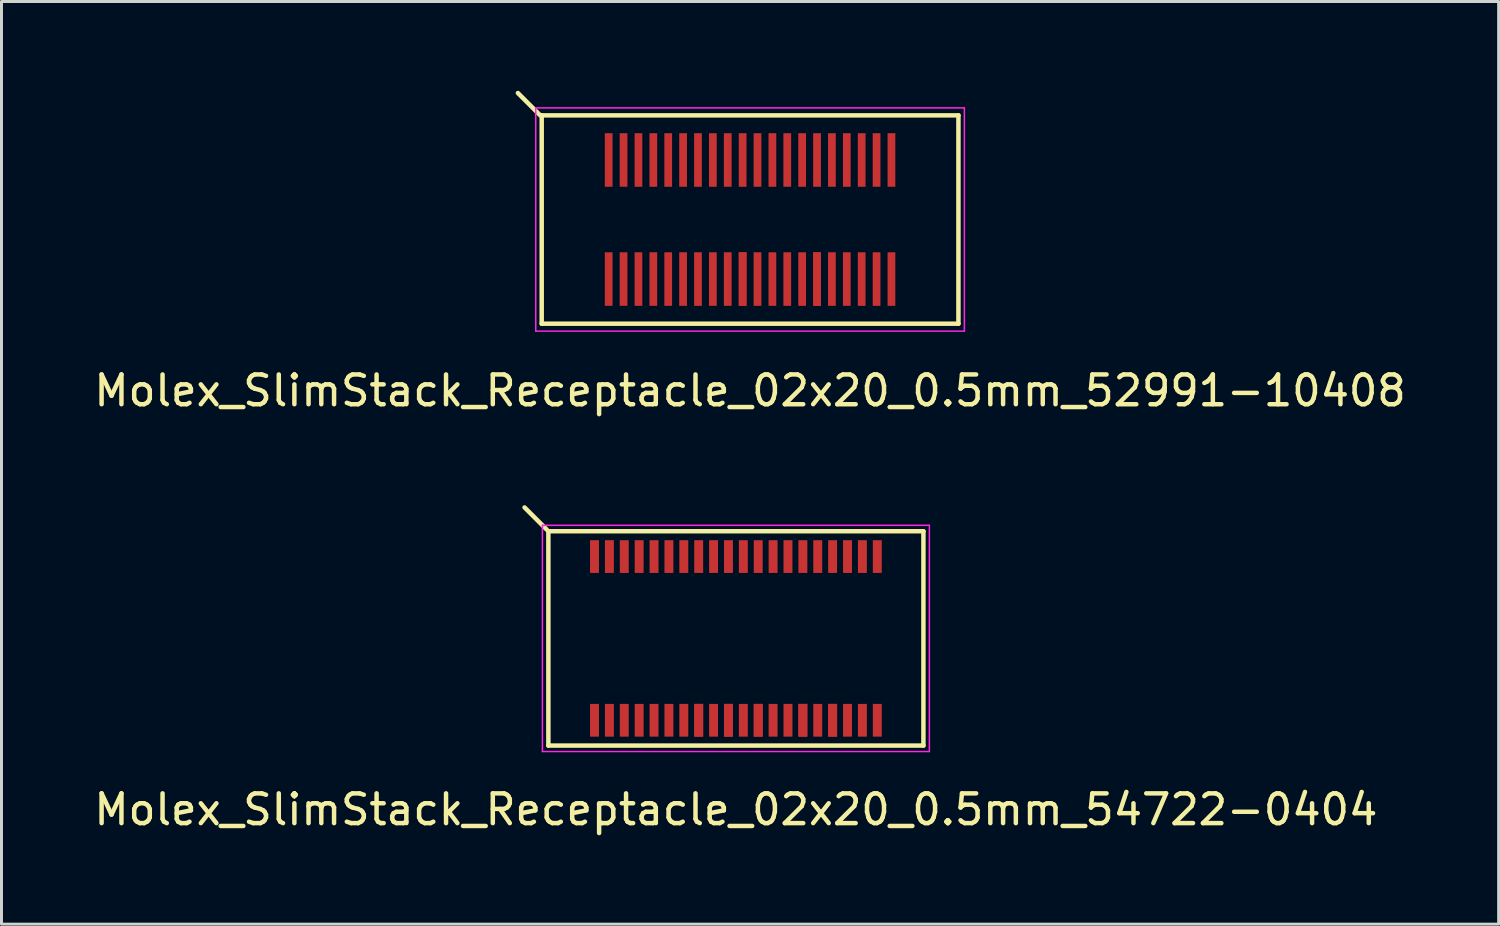
<source format=kicad_pcb>
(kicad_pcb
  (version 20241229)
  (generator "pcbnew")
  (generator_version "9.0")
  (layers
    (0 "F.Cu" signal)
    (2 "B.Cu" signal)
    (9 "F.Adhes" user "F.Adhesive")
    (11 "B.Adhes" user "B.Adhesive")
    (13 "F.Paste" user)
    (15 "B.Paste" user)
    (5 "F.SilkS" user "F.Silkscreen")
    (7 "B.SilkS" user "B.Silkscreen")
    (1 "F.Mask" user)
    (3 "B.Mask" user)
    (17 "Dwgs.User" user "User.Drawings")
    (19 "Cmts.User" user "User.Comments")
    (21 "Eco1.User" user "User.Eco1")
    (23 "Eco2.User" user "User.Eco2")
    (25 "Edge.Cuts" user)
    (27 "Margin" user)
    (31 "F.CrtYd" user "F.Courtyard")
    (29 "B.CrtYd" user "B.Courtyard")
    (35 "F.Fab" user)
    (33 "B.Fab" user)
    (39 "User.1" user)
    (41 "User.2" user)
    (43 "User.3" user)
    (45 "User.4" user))
  (footprint "Molex_SlimStack_Receptacle_02x20_0.5mm_52991-10408"
    (layer "F.Cu")
    (at 22.149 4.325)
    (property "Reference" "Molex_SlimStack_Receptacle_02x20_0.5mm_52991-10408" (at 0 5.75 0) (layer "F.SilkS") (effects (font (size 1 1) (thickness 0.15))))
    (attr smd)
    (fp_line (start -7.05 -3.5) (end -7.8 -4.25) (stroke (width 0.15) (type solid)) (layer "F.SilkS"))
    (fp_line (start -7 -3.5) (end -7 3.5) (stroke (width 0.15) (type solid)) (layer "F.SilkS"))
    (fp_line (start -7 3.5) (end 7 3.5) (stroke (width 0.15) (type solid)) (layer "F.SilkS"))
    (fp_line (start 7 -3.5) (end -7 -3.5) (stroke (width 0.15) (type solid)) (layer "F.SilkS"))
    (fp_line (start 7 3.5) (end 7 -3.5) (stroke (width 0.15) (type solid)) (layer "F.SilkS"))
    (fp_line (start -7.2 -3.75) (end -7.2 3.75) (stroke (width 0.05) (type solid)) (layer "F.CrtYd"))
    (fp_line (start -7.2 3.75) (end 7.2 3.75) (stroke (width 0.05) (type solid)) (layer "F.CrtYd"))
    (fp_line (start 7.2 -3.75) (end -7.2 -3.75) (stroke (width 0.05) (type solid)) (layer "F.CrtYd"))
    (fp_line (start 7.2 3.75) (end 7.2 -3.75) (stroke (width 0.05) (type solid)) (layer "F.CrtYd"))
    (pad "1" smd rect (at -4.75 -2) (size 0.26 1.8) (layers "F.Cu" "F.Mask" "F.Paste"))
    (pad "2" smd rect (at -4.75 2) (size 0.26 1.8) (layers "F.Cu" "F.Mask" "F.Paste"))
    (pad "3" smd rect (at -4.25 -2) (size 0.26 1.8) (layers "F.Cu" "F.Mask" "F.Paste"))
    (pad "4" smd rect (at -4.25 2) (size 0.26 1.8) (layers "F.Cu" "F.Mask" "F.Paste"))
    (pad "5" smd rect (at -3.75 -2) (size 0.26 1.8) (layers "F.Cu" "F.Mask" "F.Paste"))
    (pad "6" smd rect (at -3.75 2) (size 0.26 1.8) (layers "F.Cu" "F.Mask" "F.Paste"))
    (pad "7" smd rect (at -3.25 -2) (size 0.26 1.8) (layers "F.Cu" "F.Mask" "F.Paste"))
    (pad "8" smd rect (at -3.25 2) (size 0.26 1.8) (layers "F.Cu" "F.Mask" "F.Paste"))
    (pad "9" smd rect (at -2.75 -2) (size 0.26 1.8) (layers "F.Cu" "F.Mask" "F.Paste"))
    (pad "10" smd rect (at -2.75 2) (size 0.26 1.8) (layers "F.Cu" "F.Mask" "F.Paste"))
    (pad "11" smd rect (at -2.25 -2) (size 0.26 1.8) (layers "F.Cu" "F.Mask" "F.Paste"))
    (pad "12" smd rect (at -2.25 2) (size 0.26 1.8) (layers "F.Cu" "F.Mask" "F.Paste"))
    (pad "13" smd rect (at -1.75 -2) (size 0.26 1.8) (layers "F.Cu" "F.Mask" "F.Paste"))
    (pad "14" smd rect (at -1.75 2) (size 0.26 1.8) (layers "F.Cu" "F.Mask" "F.Paste"))
    (pad "15" smd rect (at -1.25 -2) (size 0.26 1.8) (layers "F.Cu" "F.Mask" "F.Paste"))
    (pad "16" smd rect (at -1.25 2) (size 0.26 1.8) (layers "F.Cu" "F.Mask" "F.Paste"))
    (pad "17" smd rect (at -0.75 -2) (size 0.26 1.8) (layers "F.Cu" "F.Mask" "F.Paste"))
    (pad "18" smd rect (at -0.75 2) (size 0.26 1.8) (layers "F.Cu" "F.Mask" "F.Paste"))
    (pad "19" smd rect (at -0.25 -2) (size 0.26 1.8) (layers "F.Cu" "F.Mask" "F.Paste"))
    (pad "20" smd rect (at -0.25 2) (size 0.26 1.8) (layers "F.Cu" "F.Mask" "F.Paste"))
    (pad "20" smd rect (at -0.25 2) (size 0.26 1.8) (layers "F.Cu" "F.Mask" "F.Paste"))
    (pad "21" smd rect (at 0.25 -2) (size 0.26 1.8) (layers "F.Cu" "F.Mask" "F.Paste"))
    (pad "22" smd rect (at 0.25 2) (size 0.26 1.8) (layers "F.Cu" "F.Mask" "F.Paste"))
    (pad "23" smd rect (at 0.75 -2) (size 0.26 1.8) (layers "F.Cu" "F.Mask" "F.Paste"))
    (pad "24" smd rect (at 0.75 2) (size 0.26 1.8) (layers "F.Cu" "F.Mask" "F.Paste"))
    (pad "25" smd rect (at 1.25 -2) (size 0.26 1.8) (layers "F.Cu" "F.Mask" "F.Paste"))
    (pad "26" smd rect (at 1.25 2) (size 0.26 1.8) (layers "F.Cu" "F.Mask" "F.Paste"))
    (pad "27" smd rect (at 1.75 -2) (size 0.26 1.8) (layers "F.Cu" "F.Mask" "F.Paste"))
    (pad "28" smd rect (at 1.75 2) (size 0.26 1.8) (layers "F.Cu" "F.Mask" "F.Paste"))
    (pad "29" smd rect (at 2.25 -2) (size 0.26 1.8) (layers "F.Cu" "F.Mask" "F.Paste"))
    (pad "30" smd rect (at 2.25 2) (size 0.26 1.8) (layers "F.Cu" "F.Mask" "F.Paste"))
    (pad "30" smd rect (at 2.25 2) (size 0.26 1.8) (layers "F.Cu" "F.Mask" "F.Paste"))
    (pad "31" smd rect (at 2.75 -2) (size 0.26 1.8) (layers "F.Cu" "F.Mask" "F.Paste"))
    (pad "32" smd rect (at 2.75 2) (size 0.26 1.8) (layers "F.Cu" "F.Mask" "F.Paste"))
    (pad "33" smd rect (at 3.25 -2) (size 0.26 1.8) (layers "F.Cu" "F.Mask" "F.Paste"))
    (pad "34" smd rect (at 3.25 2) (size 0.26 1.8) (layers "F.Cu" "F.Mask" "F.Paste"))
    (pad "35" smd rect (at 3.75 -2) (size 0.26 1.8) (layers "F.Cu" "F.Mask" "F.Paste"))
    (pad "36" smd rect (at 3.75 2) (size 0.26 1.8) (layers "F.Cu" "F.Mask" "F.Paste"))
    (pad "37" smd rect (at 4.25 -2) (size 0.26 1.8) (layers "F.Cu" "F.Mask" "F.Paste"))
    (pad "38" smd rect (at 4.25 2) (size 0.26 1.8) (layers "F.Cu" "F.Mask" "F.Paste"))
    (pad "39" smd rect (at 4.75 -2) (size 0.26 1.8) (layers "F.Cu" "F.Mask" "F.Paste"))
    (pad "40" smd rect (at 4.75 2) (size 0.26 1.8) (layers "F.Cu" "F.Mask" "F.Paste")))
  (footprint "Molex_SlimStack_Receptacle_02x20_0.5mm_54722-0404"
    (layer "F.Cu")
    (at 21.673 18.398)
    (property "Reference" "Molex_SlimStack_Receptacle_02x20_0.5mm_54722-0404" (at 0 5.75 0) (layer "F.SilkS") (effects (font (size 1 1) (thickness 0.15))))
    (attr smd)
    (fp_line (start -6.35 -3.65) (end -7.1 -4.4) (stroke (width 0.15) (type solid)) (layer "F.SilkS"))
    (fp_line (start -6.3 -3.6) (end -6.3 3.6) (stroke (width 0.15) (type solid)) (layer "F.SilkS"))
    (fp_line (start -6.3 3.6) (end 6.3 3.6) (stroke (width 0.15) (type solid)) (layer "F.SilkS"))
    (fp_line (start 6.3 -3.6) (end -6.3 -3.6) (stroke (width 0.15) (type solid)) (layer "F.SilkS"))
    (fp_line (start 6.3 3.6) (end 6.3 -3.6) (stroke (width 0.15) (type solid)) (layer "F.SilkS"))
    (fp_line (start -6.5 -3.8) (end -6.5 3.8) (stroke (width 0.05) (type solid)) (layer "F.CrtYd"))
    (fp_line (start -6.5 3.8) (end 6.5 3.8) (stroke (width 0.05) (type solid)) (layer "F.CrtYd"))
    (fp_line (start 6.5 -3.8) (end -6.5 -3.8) (stroke (width 0.05) (type solid)) (layer "F.CrtYd"))
    (fp_line (start 6.5 3.8) (end 6.5 -3.8) (stroke (width 0.05) (type solid)) (layer "F.CrtYd"))
    (pad "1" smd rect (at -4.75 -2.75) (size 0.3 1.1) (layers "F.Cu" "F.Mask" "F.Paste"))
    (pad "2" smd rect (at -4.75 2.75) (size 0.3 1.1) (layers "F.Cu" "F.Mask" "F.Paste"))
    (pad "3" smd rect (at -4.25 -2.75) (size 0.3 1.1) (layers "F.Cu" "F.Mask" "F.Paste"))
    (pad "4" smd rect (at -4.25 2.75) (size 0.3 1.1) (layers "F.Cu" "F.Mask" "F.Paste"))
    (pad "5" smd rect (at -3.75 -2.75) (size 0.3 1.1) (layers "F.Cu" "F.Mask" "F.Paste"))
    (pad "6" smd rect (at -3.75 2.75) (size 0.3 1.1) (layers "F.Cu" "F.Mask" "F.Paste"))
    (pad "7" smd rect (at -3.25 -2.75) (size 0.3 1.1) (layers "F.Cu" "F.Mask" "F.Paste"))
    (pad "8" smd rect (at -3.25 2.75) (size 0.3 1.1) (layers "F.Cu" "F.Mask" "F.Paste"))
    (pad "9" smd rect (at -2.75 -2.75) (size 0.3 1.1) (layers "F.Cu" "F.Mask" "F.Paste"))
    (pad "10" smd rect (at -2.75 2.75) (size 0.3 1.1) (layers "F.Cu" "F.Mask" "F.Paste"))
    (pad "11" smd rect (at -2.25 -2.75) (size 0.3 1.1) (layers "F.Cu" "F.Mask" "F.Paste"))
    (pad "12" smd rect (at -2.25 2.75) (size 0.3 1.1) (layers "F.Cu" "F.Mask" "F.Paste"))
    (pad "13" smd rect (at -1.75 -2.75) (size 0.3 1.1) (layers "F.Cu" "F.Mask" "F.Paste"))
    (pad "14" smd rect (at -1.75 2.75) (size 0.3 1.1) (layers "F.Cu" "F.Mask" "F.Paste"))
    (pad "15" smd rect (at -1.25 -2.75) (size 0.3 1.1) (layers "F.Cu" "F.Mask" "F.Paste"))
    (pad "16" smd rect (at -1.25 2.75) (size 0.3 1.1) (layers "F.Cu" "F.Mask" "F.Paste"))
    (pad "16" smd rect (at -1.25 2.75) (size 0.3 1.1) (layers "F.Cu" "F.Mask" "F.Paste"))
    (pad "17" smd rect (at -0.75 -2.75) (size 0.3 1.1) (layers "F.Cu" "F.Mask" "F.Paste"))
    (pad "18" smd rect (at -0.75 2.75) (size 0.3 1.1) (layers "F.Cu" "F.Mask" "F.Paste"))
    (pad "19" smd rect (at -0.25 -2.75) (size 0.3 1.1) (layers "F.Cu" "F.Mask" "F.Paste"))
    (pad "20" smd rect (at -0.25 2.75) (size 0.3 1.1) (layers "F.Cu" "F.Mask" "F.Paste"))
    (pad "20" smd rect (at -0.25 2.75) (size 0.3 1.1) (layers "F.Cu" "F.Mask" "F.Paste"))
    (pad "21" smd rect (at 0.25 -2.75) (size 0.3 1.1) (layers "F.Cu" "F.Mask" "F.Paste"))
    (pad "22" smd rect (at 0.25 2.75) (size 0.3 1.1) (layers "F.Cu" "F.Mask" "F.Paste"))
    (pad "23" smd rect (at 0.75 -2.75) (size 0.3 1.1) (layers "F.Cu" "F.Mask" "F.Paste"))
    (pad "24" smd rect (at 0.75 2.75) (size 0.3 1.1) (layers "F.Cu" "F.Mask" "F.Paste"))
    (pad "24" smd rect (at 0.75 2.75) (size 0.3 1.1) (layers "F.Cu" "F.Mask" "F.Paste"))
    (pad "25" smd rect (at 1.25 -2.75) (size 0.3 1.1) (layers "F.Cu" "F.Mask" "F.Paste"))
    (pad "26" smd rect (at 1.25 2.75) (size 0.3 1.1) (layers "F.Cu" "F.Mask" "F.Paste"))
    (pad "27" smd rect (at 1.75 -2.75) (size 0.3 1.1) (layers "F.Cu" "F.Mask" "F.Paste"))
    (pad "28" smd rect (at 1.75 2.75) (size 0.3 1.1) (layers "F.Cu" "F.Mask" "F.Paste"))
    (pad "29" smd rect (at 2.25 -2.75) (size 0.3 1.1) (layers "F.Cu" "F.Mask" "F.Paste"))
    (pad "30" smd rect (at 2.25 2.75) (size 0.3 1.1) (layers "F.Cu" "F.Mask" "F.Paste"))
    (pad "30" smd rect (at 2.25 2.75) (size 0.3 1.1) (layers "F.Cu" "F.Mask" "F.Paste"))
    (pad "31" smd rect (at 2.75 -2.75) (size 0.3 1.1) (layers "F.Cu" "F.Mask" "F.Paste"))
    (pad "32" smd rect (at 2.75 2.75) (size 0.3 1.1) (layers "F.Cu" "F.Mask" "F.Paste"))
    (pad "33" smd rect (at 3.25 -2.75) (size 0.3 1.1) (layers "F.Cu" "F.Mask" "F.Paste"))
    (pad "34" smd rect (at 3.25 2.75) (size 0.3 1.1) (layers "F.Cu" "F.Mask" "F.Paste"))
    (pad "34" smd rect (at 3.25 2.75) (size 0.3 1.1) (layers "F.Cu" "F.Mask" "F.Paste"))
    (pad "35" smd rect (at 3.75 -2.75) (size 0.3 1.1) (layers "F.Cu" "F.Mask" "F.Paste"))
    (pad "36" smd rect (at 3.75 2.75) (size 0.3 1.1) (layers "F.Cu" "F.Mask" "F.Paste"))
    (pad "37" smd rect (at 4.25 -2.75) (size 0.3 1.1) (layers "F.Cu" "F.Mask" "F.Paste"))
    (pad "38" smd rect (at 4.25 2.75) (size 0.3 1.1) (layers "F.Cu" "F.Mask" "F.Paste"))
    (pad "39" smd rect (at 4.75 -2.75) (size 0.3 1.1) (layers "F.Cu" "F.Mask" "F.Paste"))
    (pad "40" smd rect (at 4.75 2.75) (size 0.3 1.1) (layers "F.Cu" "F.Mask" "F.Paste")))
  (gr_rect
    (start -3 -3)
    (end 47.298 27.997)
    (stroke (width 0.1) (type default))
    (fill no)
    (layer "Edge.Cuts")))
</source>
